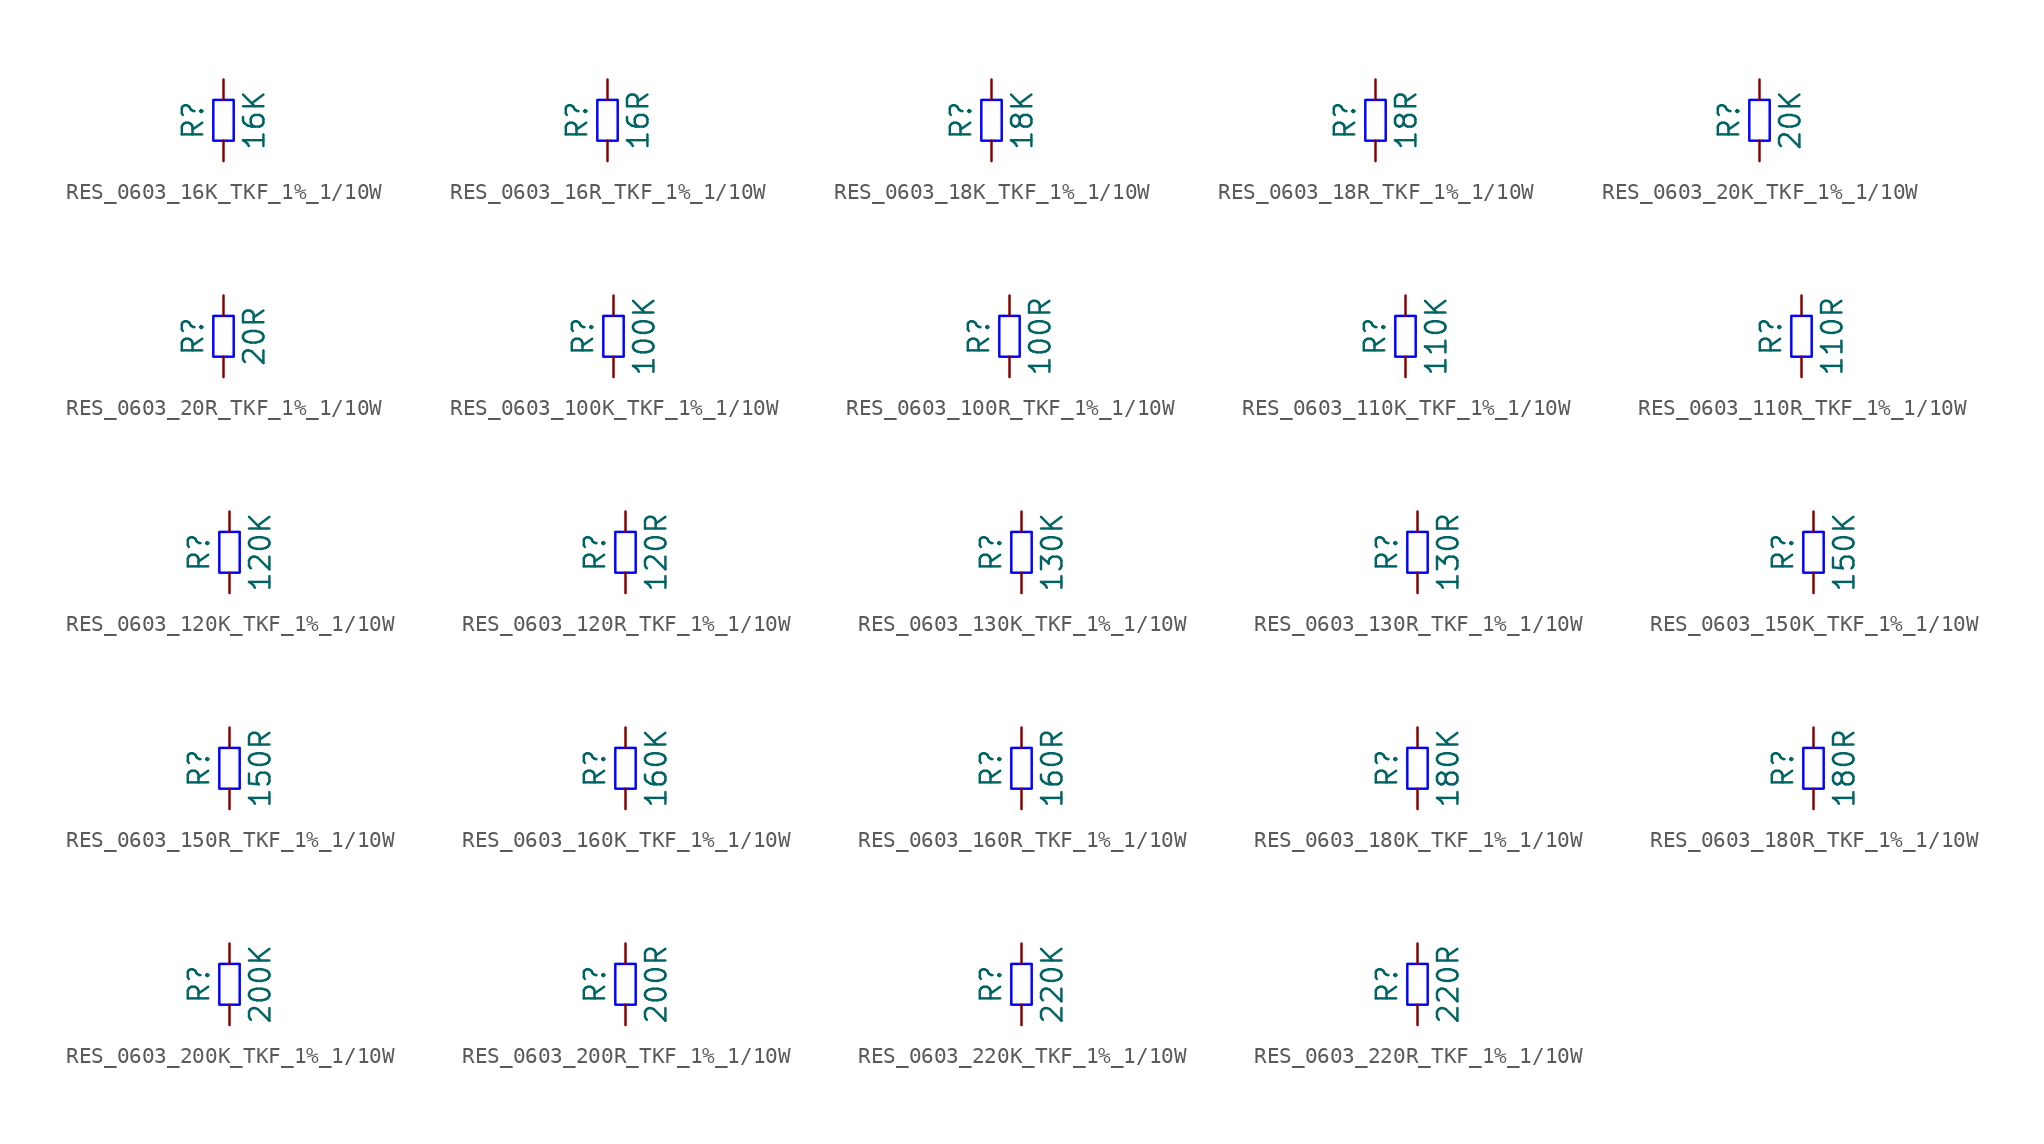
<source format=kicad_sym>
(kicad_symbol_lib
  (version 20220914)
  (generator kicad_symbol_editor)
  (symbol "RES_0603_16K_TKF_1%_1/10W"
    (pin_numbers hide)
    (pin_names
      (offset 0) hide)
    (property "Reference" "R"
      (at -1.905 0 90)
      (do_not_autoplace)
      (effects (font (size 1.27 1.27))))
    (property "Value" "16K"
      (at 1.905 0 90)
      (do_not_autoplace)
      (effects (font (size 1.27 1.27))))
    (symbol "RES_0603_16K_TKF_1%_1/10W_1_1"
      (rectangle (start -0.635 -1.27) (end 0.635 1.27) (stroke (width 0) (type solid) (color 0 0 255 1)) (fill (type none)))
      (pin passive line (at 0 -2.54 90) (length 1.27) (name "~" (effects (font (size 1.27 1.27)))) (number "1" (effects (font (size 1.27 1.27)))))
      (pin passive line (at 0 2.54 270) (length 1.27) (name "~" (effects (font (size 1.27 1.27)))) (number "2" (effects (font (size 1.27 1.27)))))))
  (symbol "RES_0603_16R_TKF_1%_1/10W"
    (pin_numbers hide)
    (pin_names
      (offset 0) hide)
    (property "Reference" "R"
      (at -1.905 0 90)
      (do_not_autoplace)
      (effects (font (size 1.27 1.27))))
    (property "Value" "16R"
      (at 1.905 0 90)
      (do_not_autoplace)
      (effects (font (size 1.27 1.27))))
    (symbol "RES_0603_16R_TKF_1%_1/10W_1_1"
      (rectangle (start -0.635 -1.27) (end 0.635 1.27) (stroke (width 0) (type solid) (color 0 0 255 1)) (fill (type none)))
      (pin passive line (at 0 -2.54 90) (length 1.27) (name "~" (effects (font (size 1.27 1.27)))) (number "1" (effects (font (size 1.27 1.27)))))
      (pin passive line (at 0 2.54 270) (length 1.27) (name "~" (effects (font (size 1.27 1.27)))) (number "2" (effects (font (size 1.27 1.27)))))))
  (symbol "RES_0603_18K_TKF_1%_1/10W"
    (pin_numbers hide)
    (pin_names
      (offset 0) hide)
    (property "Reference" "R"
      (at -1.905 0 90)
      (do_not_autoplace)
      (effects (font (size 1.27 1.27))))
    (property "Value" "18K"
      (at 1.905 0 90)
      (do_not_autoplace)
      (effects (font (size 1.27 1.27))))
    (symbol "RES_0603_18K_TKF_1%_1/10W_1_1"
      (rectangle (start -0.635 -1.27) (end 0.635 1.27) (stroke (width 0) (type solid) (color 0 0 255 1)) (fill (type none)))
      (pin passive line (at 0 -2.54 90) (length 1.27) (name "~" (effects (font (size 1.27 1.27)))) (number "1" (effects (font (size 1.27 1.27)))))
      (pin passive line (at 0 2.54 270) (length 1.27) (name "~" (effects (font (size 1.27 1.27)))) (number "2" (effects (font (size 1.27 1.27)))))))
  (symbol "RES_0603_18R_TKF_1%_1/10W"
    (pin_numbers hide)
    (pin_names
      (offset 0) hide)
    (property "Reference" "R"
      (at -1.905 0 90)
      (do_not_autoplace)
      (effects (font (size 1.27 1.27))))
    (property "Value" "18R"
      (at 1.905 0 90)
      (do_not_autoplace)
      (effects (font (size 1.27 1.27))))
    (symbol "RES_0603_18R_TKF_1%_1/10W_1_1"
      (rectangle (start -0.635 -1.27) (end 0.635 1.27) (stroke (width 0) (type solid) (color 0 0 255 1)) (fill (type none)))
      (pin passive line (at 0 -2.54 90) (length 1.27) (name "~" (effects (font (size 1.27 1.27)))) (number "1" (effects (font (size 1.27 1.27)))))
      (pin passive line (at 0 2.54 270) (length 1.27) (name "~" (effects (font (size 1.27 1.27)))) (number "2" (effects (font (size 1.27 1.27)))))))
  (symbol "RES_0603_20K_TKF_1%_1/10W"
    (pin_numbers hide)
    (pin_names
      (offset 0) hide)
    (property "Reference" "R"
      (at -1.905 0 90)
      (do_not_autoplace)
      (effects (font (size 1.27 1.27))))
    (property "Value" "20K"
      (at 1.905 0 90)
      (do_not_autoplace)
      (effects (font (size 1.27 1.27))))
    (symbol "RES_0603_20K_TKF_1%_1/10W_1_1"
      (rectangle (start -0.635 -1.27) (end 0.635 1.27) (stroke (width 0) (type solid) (color 0 0 255 1)) (fill (type none)))
      (pin passive line (at 0 -2.54 90) (length 1.27) (name "~" (effects (font (size 1.27 1.27)))) (number "1" (effects (font (size 1.27 1.27)))))
      (pin passive line (at 0 2.54 270) (length 1.27) (name "~" (effects (font (size 1.27 1.27)))) (number "2" (effects (font (size 1.27 1.27)))))))
  (symbol "RES_0603_20R_TKF_1%_1/10W"
    (pin_numbers hide)
    (pin_names
      (offset 0) hide)
    (property "Reference" "R"
      (at -1.905 0 90)
      (do_not_autoplace)
      (effects (font (size 1.27 1.27))))
    (property "Value" "20R"
      (at 1.905 0 90)
      (do_not_autoplace)
      (effects (font (size 1.27 1.27))))
    (symbol "RES_0603_20R_TKF_1%_1/10W_1_1"
      (rectangle (start -0.635 -1.27) (end 0.635 1.27) (stroke (width 0) (type solid) (color 0 0 255 1)) (fill (type none)))
      (pin passive line (at 0 -2.54 90) (length 1.27) (name "~" (effects (font (size 1.27 1.27)))) (number "1" (effects (font (size 1.27 1.27)))))
      (pin passive line (at 0 2.54 270) (length 1.27) (name "~" (effects (font (size 1.27 1.27)))) (number "2" (effects (font (size 1.27 1.27)))))))
  (symbol "RES_0603_100K_TKF_1%_1/10W"
    (pin_numbers hide)
    (pin_names
      (offset 0) hide)
    (property "Reference" "R"
      (at -1.905 0 90)
      (do_not_autoplace)
      (effects (font (size 1.27 1.27))))
    (property "Value" "100K"
      (at 1.905 0 90)
      (do_not_autoplace)
      (effects (font (size 1.27 1.27))))
    (symbol "RES_0603_100K_TKF_1%_1/10W_1_1"
      (rectangle (start -0.635 -1.27) (end 0.635 1.27) (stroke (width 0) (type solid) (color 0 0 255 1)) (fill (type none)))
      (pin passive line (at 0 -2.54 90) (length 1.27) (name "~" (effects (font (size 1.27 1.27)))) (number "1" (effects (font (size 1.27 1.27)))))
      (pin passive line (at 0 2.54 270) (length 1.27) (name "~" (effects (font (size 1.27 1.27)))) (number "2" (effects (font (size 1.27 1.27)))))))
  (symbol "RES_0603_100R_TKF_1%_1/10W"
    (pin_numbers hide)
    (pin_names
      (offset 0) hide)
    (property "Reference" "R"
      (at -1.905 0 90)
      (do_not_autoplace)
      (effects (font (size 1.27 1.27))))
    (property "Value" "100R"
      (at 1.905 0 90)
      (do_not_autoplace)
      (effects (font (size 1.27 1.27))))
    (symbol "RES_0603_100R_TKF_1%_1/10W_1_1"
      (rectangle (start -0.635 -1.27) (end 0.635 1.27) (stroke (width 0) (type solid) (color 0 0 255 1)) (fill (type none)))
      (pin passive line (at 0 -2.54 90) (length 1.27) (name "~" (effects (font (size 1.27 1.27)))) (number "1" (effects (font (size 1.27 1.27)))))
      (pin passive line (at 0 2.54 270) (length 1.27) (name "~" (effects (font (size 1.27 1.27)))) (number "2" (effects (font (size 1.27 1.27)))))))
  (symbol "RES_0603_110K_TKF_1%_1/10W"
    (pin_numbers hide)
    (pin_names
      (offset 0) hide)
    (property "Reference" "R"
      (at -1.905 0 90)
      (do_not_autoplace)
      (effects (font (size 1.27 1.27))))
    (property "Value" "110K"
      (at 1.905 0 90)
      (do_not_autoplace)
      (effects (font (size 1.27 1.27))))
    (symbol "RES_0603_110K_TKF_1%_1/10W_1_1"
      (rectangle (start -0.635 -1.27) (end 0.635 1.27) (stroke (width 0) (type solid) (color 0 0 255 1)) (fill (type none)))
      (pin passive line (at 0 -2.54 90) (length 1.27) (name "~" (effects (font (size 1.27 1.27)))) (number "1" (effects (font (size 1.27 1.27)))))
      (pin passive line (at 0 2.54 270) (length 1.27) (name "~" (effects (font (size 1.27 1.27)))) (number "2" (effects (font (size 1.27 1.27)))))))
  (symbol "RES_0603_110R_TKF_1%_1/10W"
    (pin_numbers hide)
    (pin_names
      (offset 0) hide)
    (property "Reference" "R"
      (at -1.905 0 90)
      (do_not_autoplace)
      (effects (font (size 1.27 1.27))))
    (property "Value" "110R"
      (at 1.905 0 90)
      (do_not_autoplace)
      (effects (font (size 1.27 1.27))))
    (symbol "RES_0603_110R_TKF_1%_1/10W_1_1"
      (rectangle (start -0.635 -1.27) (end 0.635 1.27) (stroke (width 0) (type solid) (color 0 0 255 1)) (fill (type none)))
      (pin passive line (at 0 -2.54 90) (length 1.27) (name "~" (effects (font (size 1.27 1.27)))) (number "1" (effects (font (size 1.27 1.27)))))
      (pin passive line (at 0 2.54 270) (length 1.27) (name "~" (effects (font (size 1.27 1.27)))) (number "2" (effects (font (size 1.27 1.27)))))))
  (symbol "RES_0603_120K_TKF_1%_1/10W"
    (pin_numbers hide)
    (pin_names
      (offset 0) hide)
    (property "Reference" "R"
      (at -1.905 0 90)
      (do_not_autoplace)
      (effects (font (size 1.27 1.27))))
    (property "Value" "120K"
      (at 1.905 0 90)
      (do_not_autoplace)
      (effects (font (size 1.27 1.27))))
    (symbol "RES_0603_120K_TKF_1%_1/10W_1_1"
      (rectangle (start -0.635 -1.27) (end 0.635 1.27) (stroke (width 0) (type solid) (color 0 0 255 1)) (fill (type none)))
      (pin passive line (at 0 -2.54 90) (length 1.27) (name "~" (effects (font (size 1.27 1.27)))) (number "1" (effects (font (size 1.27 1.27)))))
      (pin passive line (at 0 2.54 270) (length 1.27) (name "~" (effects (font (size 1.27 1.27)))) (number "2" (effects (font (size 1.27 1.27)))))))
  (symbol "RES_0603_120R_TKF_1%_1/10W"
    (pin_numbers hide)
    (pin_names
      (offset 0) hide)
    (property "Reference" "R"
      (at -1.905 0 90)
      (do_not_autoplace)
      (effects (font (size 1.27 1.27))))
    (property "Value" "120R"
      (at 1.905 0 90)
      (do_not_autoplace)
      (effects (font (size 1.27 1.27))))
    (symbol "RES_0603_120R_TKF_1%_1/10W_1_1"
      (rectangle (start -0.635 -1.27) (end 0.635 1.27) (stroke (width 0) (type solid) (color 0 0 255 1)) (fill (type none)))
      (pin passive line (at 0 -2.54 90) (length 1.27) (name "~" (effects (font (size 1.27 1.27)))) (number "1" (effects (font (size 1.27 1.27)))))
      (pin passive line (at 0 2.54 270) (length 1.27) (name "~" (effects (font (size 1.27 1.27)))) (number "2" (effects (font (size 1.27 1.27)))))))
  (symbol "RES_0603_130K_TKF_1%_1/10W"
    (pin_numbers hide)
    (pin_names
      (offset 0) hide)
    (property "Reference" "R"
      (at -1.905 0 90)
      (do_not_autoplace)
      (effects (font (size 1.27 1.27))))
    (property "Value" "130K"
      (at 1.905 0 90)
      (do_not_autoplace)
      (effects (font (size 1.27 1.27))))
    (symbol "RES_0603_130K_TKF_1%_1/10W_1_1"
      (rectangle (start -0.635 -1.27) (end 0.635 1.27) (stroke (width 0) (type solid) (color 0 0 255 1)) (fill (type none)))
      (pin passive line (at 0 -2.54 90) (length 1.27) (name "~" (effects (font (size 1.27 1.27)))) (number "1" (effects (font (size 1.27 1.27)))))
      (pin passive line (at 0 2.54 270) (length 1.27) (name "~" (effects (font (size 1.27 1.27)))) (number "2" (effects (font (size 1.27 1.27)))))))
  (symbol "RES_0603_130R_TKF_1%_1/10W"
    (pin_numbers hide)
    (pin_names
      (offset 0) hide)
    (property "Reference" "R"
      (at -1.905 0 90)
      (do_not_autoplace)
      (effects (font (size 1.27 1.27))))
    (property "Value" "130R"
      (at 1.905 0 90)
      (do_not_autoplace)
      (effects (font (size 1.27 1.27))))
    (symbol "RES_0603_130R_TKF_1%_1/10W_1_1"
      (rectangle (start -0.635 -1.27) (end 0.635 1.27) (stroke (width 0) (type solid) (color 0 0 255 1)) (fill (type none)))
      (pin passive line (at 0 -2.54 90) (length 1.27) (name "~" (effects (font (size 1.27 1.27)))) (number "1" (effects (font (size 1.27 1.27)))))
      (pin passive line (at 0 2.54 270) (length 1.27) (name "~" (effects (font (size 1.27 1.27)))) (number "2" (effects (font (size 1.27 1.27)))))))
  (symbol "RES_0603_150K_TKF_1%_1/10W"
    (pin_numbers hide)
    (pin_names
      (offset 0) hide)
    (property "Reference" "R"
      (at -1.905 0 90)
      (do_not_autoplace)
      (effects (font (size 1.27 1.27))))
    (property "Value" "150K"
      (at 1.905 0 90)
      (do_not_autoplace)
      (effects (font (size 1.27 1.27))))
    (symbol "RES_0603_150K_TKF_1%_1/10W_1_1"
      (rectangle (start -0.635 -1.27) (end 0.635 1.27) (stroke (width 0) (type solid) (color 0 0 255 1)) (fill (type none)))
      (pin passive line (at 0 -2.54 90) (length 1.27) (name "~" (effects (font (size 1.27 1.27)))) (number "1" (effects (font (size 1.27 1.27)))))
      (pin passive line (at 0 2.54 270) (length 1.27) (name "~" (effects (font (size 1.27 1.27)))) (number "2" (effects (font (size 1.27 1.27)))))))
  (symbol "RES_0603_150R_TKF_1%_1/10W"
    (pin_numbers hide)
    (pin_names
      (offset 0) hide)
    (property "Reference" "R"
      (at -1.905 0 90)
      (do_not_autoplace)
      (effects (font (size 1.27 1.27))))
    (property "Value" "150R"
      (at 1.905 0 90)
      (do_not_autoplace)
      (effects (font (size 1.27 1.27))))
    (symbol "RES_0603_150R_TKF_1%_1/10W_1_1"
      (rectangle (start -0.635 -1.27) (end 0.635 1.27) (stroke (width 0) (type solid) (color 0 0 255 1)) (fill (type none)))
      (pin passive line (at 0 -2.54 90) (length 1.27) (name "~" (effects (font (size 1.27 1.27)))) (number "1" (effects (font (size 1.27 1.27)))))
      (pin passive line (at 0 2.54 270) (length 1.27) (name "~" (effects (font (size 1.27 1.27)))) (number "2" (effects (font (size 1.27 1.27)))))))
  (symbol "RES_0603_160K_TKF_1%_1/10W"
    (pin_numbers hide)
    (pin_names
      (offset 0) hide)
    (property "Reference" "R"
      (at -1.905 0 90)
      (do_not_autoplace)
      (effects (font (size 1.27 1.27))))
    (property "Value" "160K"
      (at 1.905 0 90)
      (do_not_autoplace)
      (effects (font (size 1.27 1.27))))
    (symbol "RES_0603_160K_TKF_1%_1/10W_1_1"
      (rectangle (start -0.635 -1.27) (end 0.635 1.27) (stroke (width 0) (type solid) (color 0 0 255 1)) (fill (type none)))
      (pin passive line (at 0 -2.54 90) (length 1.27) (name "~" (effects (font (size 1.27 1.27)))) (number "1" (effects (font (size 1.27 1.27)))))
      (pin passive line (at 0 2.54 270) (length 1.27) (name "~" (effects (font (size 1.27 1.27)))) (number "2" (effects (font (size 1.27 1.27)))))))
  (symbol "RES_0603_160R_TKF_1%_1/10W"
    (pin_numbers hide)
    (pin_names
      (offset 0) hide)
    (property "Reference" "R"
      (at -1.905 0 90)
      (do_not_autoplace)
      (effects (font (size 1.27 1.27))))
    (property "Value" "160R"
      (at 1.905 0 90)
      (do_not_autoplace)
      (effects (font (size 1.27 1.27))))
    (symbol "RES_0603_160R_TKF_1%_1/10W_1_1"
      (rectangle (start -0.635 -1.27) (end 0.635 1.27) (stroke (width 0) (type solid) (color 0 0 255 1)) (fill (type none)))
      (pin passive line (at 0 -2.54 90) (length 1.27) (name "~" (effects (font (size 1.27 1.27)))) (number "1" (effects (font (size 1.27 1.27)))))
      (pin passive line (at 0 2.54 270) (length 1.27) (name "~" (effects (font (size 1.27 1.27)))) (number "2" (effects (font (size 1.27 1.27)))))))
  (symbol "RES_0603_180K_TKF_1%_1/10W"
    (pin_numbers hide)
    (pin_names
      (offset 0) hide)
    (property "Reference" "R"
      (at -1.905 0 90)
      (do_not_autoplace)
      (effects (font (size 1.27 1.27))))
    (property "Value" "180K"
      (at 1.905 0 90)
      (do_not_autoplace)
      (effects (font (size 1.27 1.27))))
    (symbol "RES_0603_180K_TKF_1%_1/10W_1_1"
      (rectangle (start -0.635 -1.27) (end 0.635 1.27) (stroke (width 0) (type solid) (color 0 0 255 1)) (fill (type none)))
      (pin passive line (at 0 -2.54 90) (length 1.27) (name "~" (effects (font (size 1.27 1.27)))) (number "1" (effects (font (size 1.27 1.27)))))
      (pin passive line (at 0 2.54 270) (length 1.27) (name "~" (effects (font (size 1.27 1.27)))) (number "2" (effects (font (size 1.27 1.27)))))))
  (symbol "RES_0603_180R_TKF_1%_1/10W"
    (pin_numbers hide)
    (pin_names
      (offset 0) hide)
    (property "Reference" "R"
      (at -1.905 0 90)
      (do_not_autoplace)
      (effects (font (size 1.27 1.27))))
    (property "Value" "180R"
      (at 1.905 0 90)
      (do_not_autoplace)
      (effects (font (size 1.27 1.27))))
    (symbol "RES_0603_180R_TKF_1%_1/10W_1_1"
      (rectangle (start -0.635 -1.27) (end 0.635 1.27) (stroke (width 0) (type solid) (color 0 0 255 1)) (fill (type none)))
      (pin passive line (at 0 -2.54 90) (length 1.27) (name "~" (effects (font (size 1.27 1.27)))) (number "1" (effects (font (size 1.27 1.27)))))
      (pin passive line (at 0 2.54 270) (length 1.27) (name "~" (effects (font (size 1.27 1.27)))) (number "2" (effects (font (size 1.27 1.27)))))))
  (symbol "RES_0603_200K_TKF_1%_1/10W"
    (pin_numbers hide)
    (pin_names
      (offset 0) hide)
    (property "Reference" "R"
      (at -1.905 0 90)
      (do_not_autoplace)
      (effects (font (size 1.27 1.27))))
    (property "Value" "200K"
      (at 1.905 0 90)
      (do_not_autoplace)
      (effects (font (size 1.27 1.27))))
    (symbol "RES_0603_200K_TKF_1%_1/10W_1_1"
      (rectangle (start -0.635 -1.27) (end 0.635 1.27) (stroke (width 0) (type solid) (color 0 0 255 1)) (fill (type none)))
      (pin passive line (at 0 -2.54 90) (length 1.27) (name "~" (effects (font (size 1.27 1.27)))) (number "1" (effects (font (size 1.27 1.27)))))
      (pin passive line (at 0 2.54 270) (length 1.27) (name "~" (effects (font (size 1.27 1.27)))) (number "2" (effects (font (size 1.27 1.27)))))))
  (symbol "RES_0603_200R_TKF_1%_1/10W"
    (pin_numbers hide)
    (pin_names
      (offset 0) hide)
    (property "Reference" "R"
      (at -1.905 0 90)
      (do_not_autoplace)
      (effects (font (size 1.27 1.27))))
    (property "Value" "200R"
      (at 1.905 0 90)
      (do_not_autoplace)
      (effects (font (size 1.27 1.27))))
    (symbol "RES_0603_200R_TKF_1%_1/10W_1_1"
      (rectangle (start -0.635 -1.27) (end 0.635 1.27) (stroke (width 0) (type solid) (color 0 0 255 1)) (fill (type none)))
      (pin passive line (at 0 -2.54 90) (length 1.27) (name "~" (effects (font (size 1.27 1.27)))) (number "1" (effects (font (size 1.27 1.27)))))
      (pin passive line (at 0 2.54 270) (length 1.27) (name "~" (effects (font (size 1.27 1.27)))) (number "2" (effects (font (size 1.27 1.27)))))))
  (symbol "RES_0603_220K_TKF_1%_1/10W"
    (pin_numbers hide)
    (pin_names
      (offset 0) hide)
    (property "Reference" "R"
      (at -1.905 0 90)
      (do_not_autoplace)
      (effects (font (size 1.27 1.27))))
    (property "Value" "220K"
      (at 1.905 0 90)
      (do_not_autoplace)
      (effects (font (size 1.27 1.27))))
    (symbol "RES_0603_220K_TKF_1%_1/10W_1_1"
      (rectangle (start -0.635 -1.27) (end 0.635 1.27) (stroke (width 0) (type solid) (color 0 0 255 1)) (fill (type none)))
      (pin passive line (at 0 -2.54 90) (length 1.27) (name "~" (effects (font (size 1.27 1.27)))) (number "1" (effects (font (size 1.27 1.27)))))
      (pin passive line (at 0 2.54 270) (length 1.27) (name "~" (effects (font (size 1.27 1.27)))) (number "2" (effects (font (size 1.27 1.27)))))))
  (symbol "RES_0603_220R_TKF_1%_1/10W"
    (pin_numbers hide)
    (pin_names
      (offset 0) hide)
    (property "Reference" "R"
      (at -1.905 0 90)
      (do_not_autoplace)
      (effects (font (size 1.27 1.27))))
    (property "Value" "220R"
      (at 1.905 0 90)
      (do_not_autoplace)
      (effects (font (size 1.27 1.27))))
    (symbol "RES_0603_220R_TKF_1%_1/10W_1_1"
      (rectangle (start -0.635 -1.27) (end 0.635 1.27) (stroke (width 0) (type solid) (color 0 0 255 1)) (fill (type none)))
      (pin passive line (at 0 -2.54 90) (length 1.27) (name "~" (effects (font (size 1.27 1.27)))) (number "1" (effects (font (size 1.27 1.27)))))
      (pin passive line (at 0 2.54 270) (length 1.27) (name "~" (effects (font (size 1.27 1.27)))) (number "2" (effects (font (size 1.27 1.27))))))))
</source>
